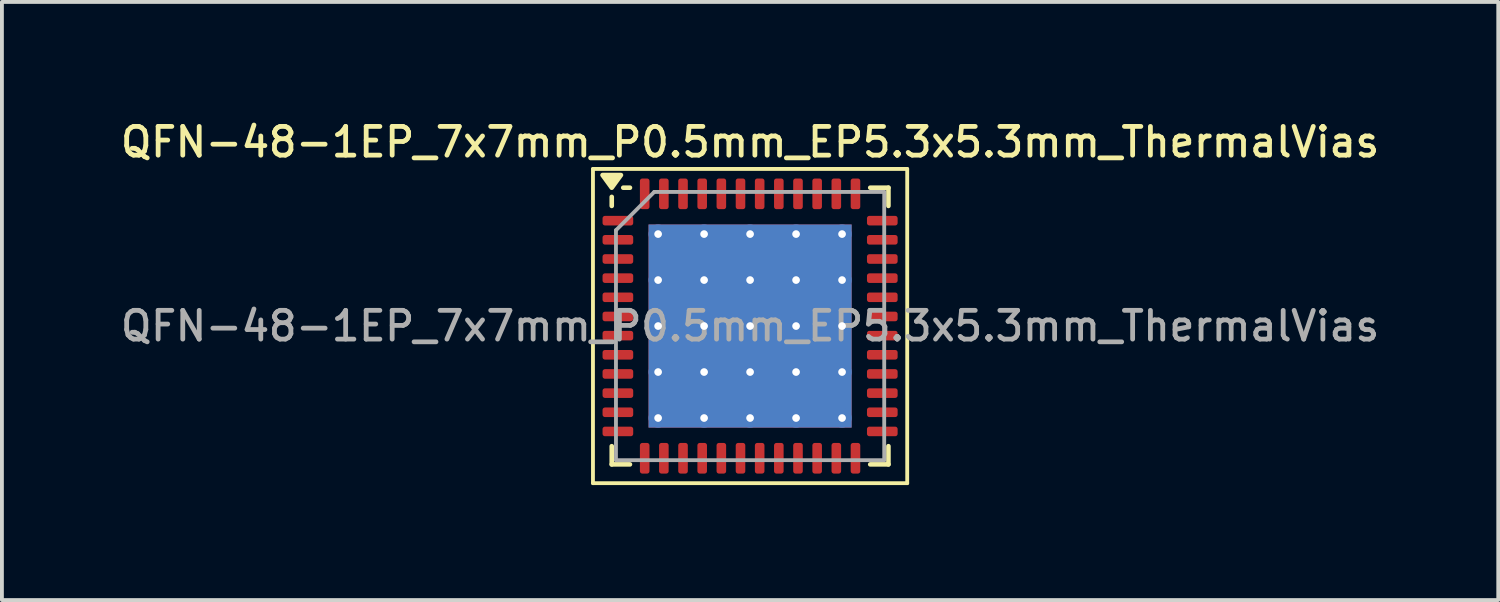
<source format=kicad_pcb>
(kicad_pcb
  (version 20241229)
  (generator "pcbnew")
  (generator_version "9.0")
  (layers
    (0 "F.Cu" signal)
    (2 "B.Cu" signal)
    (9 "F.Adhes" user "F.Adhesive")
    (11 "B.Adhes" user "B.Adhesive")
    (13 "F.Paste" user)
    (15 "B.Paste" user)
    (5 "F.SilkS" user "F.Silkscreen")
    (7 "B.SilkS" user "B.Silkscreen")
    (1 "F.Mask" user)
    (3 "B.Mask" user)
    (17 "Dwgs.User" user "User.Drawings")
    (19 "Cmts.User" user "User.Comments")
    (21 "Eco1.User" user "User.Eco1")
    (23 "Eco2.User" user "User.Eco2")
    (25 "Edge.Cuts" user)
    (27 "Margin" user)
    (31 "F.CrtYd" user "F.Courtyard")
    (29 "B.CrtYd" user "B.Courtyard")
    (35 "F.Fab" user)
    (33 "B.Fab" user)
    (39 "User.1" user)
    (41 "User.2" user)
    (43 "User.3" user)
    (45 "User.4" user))
  (footprint "QFN-48-1EP_7x7mm_P0.5mm_EP5.3x5.3mm_ThermalVias"
    (layer "F.Cu")
    (at 16.523 5.458)
    (property "Reference" "QFN-48-1EP_7x7mm_P0.5mm_EP5.3x5.3mm_ThermalVias" (at 0 -4.8 0) (layer "F.SilkS") (effects (font (size 0.75 0.75) (thickness 0.125))))
    (attr smd)
    (fp_line (start -4.1 -4.1) (end -4.1 4.1) (stroke (width 0.1) (type solid)) (layer "F.SilkS"))
    (fp_line (start -4.1 4.1) (end 4.1 4.1) (stroke (width 0.1) (type solid)) (layer "F.SilkS"))
    (fp_line (start -3.61 -3.135) (end -3.61 -3.37) (stroke (width 0.12) (type solid)) (layer "F.SilkS"))
    (fp_line (start -3.61 3.61) (end -3.61 3.135) (stroke (width 0.12) (type solid)) (layer "F.SilkS"))
    (fp_line (start -3.135 -3.61) (end -3.31 -3.61) (stroke (width 0.12) (type solid)) (layer "F.SilkS"))
    (fp_line (start -3.135 3.61) (end -3.61 3.61) (stroke (width 0.12) (type solid)) (layer "F.SilkS"))
    (fp_line (start 3.135 -3.61) (end 3.61 -3.61) (stroke (width 0.12) (type solid)) (layer "F.SilkS"))
    (fp_line (start 3.135 3.61) (end 3.61 3.61) (stroke (width 0.12) (type solid)) (layer "F.SilkS"))
    (fp_line (start 3.61 -3.61) (end 3.61 -3.135) (stroke (width 0.12) (type solid)) (layer "F.SilkS"))
    (fp_line (start 3.61 3.61) (end 3.61 3.135) (stroke (width 0.12) (type solid)) (layer "F.SilkS"))
    (fp_line (start 4.1 -4.1) (end -4.1 -4.1) (stroke (width 0.1) (type solid)) (layer "F.SilkS"))
    (fp_line (start 4.1 4.1) (end 4.1 -4.1) (stroke (width 0.1) (type solid)) (layer "F.SilkS"))
    (fp_poly (pts (xy -3.61 -3.61) (xy -3.85 -3.94) (xy -3.37 -3.94) (xy -3.61 -3.61)) (stroke (width 0.12) (type solid)) (fill yes) (layer "F.SilkS"))
    (fp_line (start -3.5 -2.5) (end -2.5 -3.5) (stroke (width 0.1) (type solid)) (layer "F.Fab"))
    (fp_line (start -3.5 3.5) (end -3.5 -2.5) (stroke (width 0.1) (type solid)) (layer "F.Fab"))
    (fp_line (start -2.5 -3.5) (end 3.5 -3.5) (stroke (width 0.1) (type solid)) (layer "F.Fab"))
    (fp_line (start 3.5 -3.5) (end 3.5 3.5) (stroke (width 0.1) (type solid)) (layer "F.Fab"))
    (fp_line (start 3.5 3.5) (end -3.5 3.5) (stroke (width 0.1) (type solid)) (layer "F.Fab"))
    (fp_text user "${REFERENCE}" (at 0 0 0) (layer "F.Fab") (effects (font (size 0.75 0.75) (thickness 0.125))))
    (pad "" smd roundrect (at -1.8 -1.8) (size 1.026 1.026) (layers "F.Paste") (roundrect_rratio 0.244))
    (pad "" smd roundrect (at -1.8 -0.6) (size 1.026 1.026) (layers "F.Paste") (roundrect_rratio 0.244))
    (pad "" smd roundrect (at -1.8 0.6) (size 1.026 1.026) (layers "F.Paste") (roundrect_rratio 0.244))
    (pad "" smd roundrect (at -1.8 1.8) (size 1.026 1.026) (layers "F.Paste") (roundrect_rratio 0.244))
    (pad "" smd roundrect (at -0.6 -1.8) (size 1.026 1.026) (layers "F.Paste") (roundrect_rratio 0.244))
    (pad "" smd roundrect (at -0.6 -0.6) (size 1.026 1.026) (layers "F.Paste") (roundrect_rratio 0.244))
    (pad "" smd roundrect (at -0.6 0.6) (size 1.026 1.026) (layers "F.Paste") (roundrect_rratio 0.244))
    (pad "" smd roundrect (at -0.6 1.8) (size 1.026 1.026) (layers "F.Paste") (roundrect_rratio 0.244))
    (pad "" smd roundrect (at 0.6 -1.8) (size 1.026 1.026) (layers "F.Paste") (roundrect_rratio 0.244))
    (pad "" smd roundrect (at 0.6 -0.6) (size 1.026 1.026) (layers "F.Paste") (roundrect_rratio 0.244))
    (pad "" smd roundrect (at 0.6 0.6) (size 1.026 1.026) (layers "F.Paste") (roundrect_rratio 0.244))
    (pad "" smd roundrect (at 0.6 1.8) (size 1.026 1.026) (layers "F.Paste") (roundrect_rratio 0.244))
    (pad "" smd roundrect (at 1.8 -1.8) (size 1.026 1.026) (layers "F.Paste") (roundrect_rratio 0.244))
    (pad "" smd roundrect (at 1.8 -0.6) (size 1.026 1.026) (layers "F.Paste") (roundrect_rratio 0.244))
    (pad "" smd roundrect (at 1.8 0.6) (size 1.026 1.026) (layers "F.Paste") (roundrect_rratio 0.244))
    (pad "" smd roundrect (at 1.8 1.8) (size 1.026 1.026) (layers "F.Paste") (roundrect_rratio 0.244))
    (pad "1" smd roundrect (at -3.45 -2.75) (size 0.8 0.25) (layers "F.Cu" "F.Mask" "F.Paste") (roundrect_rratio 0.25))
    (pad "2" smd roundrect (at -3.45 -2.25) (size 0.8 0.25) (layers "F.Cu" "F.Mask" "F.Paste") (roundrect_rratio 0.25))
    (pad "3" smd roundrect (at -3.45 -1.75) (size 0.8 0.25) (layers "F.Cu" "F.Mask" "F.Paste") (roundrect_rratio 0.25))
    (pad "4" smd roundrect (at -3.45 -1.25) (size 0.8 0.25) (layers "F.Cu" "F.Mask" "F.Paste") (roundrect_rratio 0.25))
    (pad "5" smd roundrect (at -3.45 -0.75) (size 0.8 0.25) (layers "F.Cu" "F.Mask" "F.Paste") (roundrect_rratio 0.25))
    (pad "6" smd roundrect (at -3.45 -0.25) (size 0.8 0.25) (layers "F.Cu" "F.Mask" "F.Paste") (roundrect_rratio 0.25))
    (pad "7" smd roundrect (at -3.45 0.25) (size 0.8 0.25) (layers "F.Cu" "F.Mask" "F.Paste") (roundrect_rratio 0.25))
    (pad "8" smd roundrect (at -3.45 0.75) (size 0.8 0.25) (layers "F.Cu" "F.Mask" "F.Paste") (roundrect_rratio 0.25))
    (pad "9" smd roundrect (at -3.45 1.25) (size 0.8 0.25) (layers "F.Cu" "F.Mask" "F.Paste") (roundrect_rratio 0.25))
    (pad "10" smd roundrect (at -3.45 1.75) (size 0.8 0.25) (layers "F.Cu" "F.Mask" "F.Paste") (roundrect_rratio 0.25))
    (pad "11" smd roundrect (at -3.45 2.25) (size 0.8 0.25) (layers "F.Cu" "F.Mask" "F.Paste") (roundrect_rratio 0.25))
    (pad "12" smd roundrect (at -3.45 2.75) (size 0.8 0.25) (layers "F.Cu" "F.Mask" "F.Paste") (roundrect_rratio 0.25))
    (pad "13" smd roundrect (at -2.75 3.45) (size 0.25 0.8) (layers "F.Cu" "F.Mask" "F.Paste") (roundrect_rratio 0.25))
    (pad "14" smd roundrect (at -2.25 3.45) (size 0.25 0.8) (layers "F.Cu" "F.Mask" "F.Paste") (roundrect_rratio 0.25))
    (pad "15" smd roundrect (at -1.75 3.45) (size 0.25 0.8) (layers "F.Cu" "F.Mask" "F.Paste") (roundrect_rratio 0.25))
    (pad "16" smd roundrect (at -1.25 3.45) (size 0.25 0.8) (layers "F.Cu" "F.Mask" "F.Paste") (roundrect_rratio 0.25))
    (pad "17" smd roundrect (at -0.75 3.45) (size 0.25 0.8) (layers "F.Cu" "F.Mask" "F.Paste") (roundrect_rratio 0.25))
    (pad "18" smd roundrect (at -0.25 3.45) (size 0.25 0.8) (layers "F.Cu" "F.Mask" "F.Paste") (roundrect_rratio 0.25))
    (pad "19" smd roundrect (at 0.25 3.45) (size 0.25 0.8) (layers "F.Cu" "F.Mask" "F.Paste") (roundrect_rratio 0.25))
    (pad "20" smd roundrect (at 0.75 3.45) (size 0.25 0.8) (layers "F.Cu" "F.Mask" "F.Paste") (roundrect_rratio 0.25))
    (pad "21" smd roundrect (at 1.25 3.45) (size 0.25 0.8) (layers "F.Cu" "F.Mask" "F.Paste") (roundrect_rratio 0.25))
    (pad "22" smd roundrect (at 1.75 3.45) (size 0.25 0.8) (layers "F.Cu" "F.Mask" "F.Paste") (roundrect_rratio 0.25))
    (pad "23" smd roundrect (at 2.25 3.45) (size 0.25 0.8) (layers "F.Cu" "F.Mask" "F.Paste") (roundrect_rratio 0.25))
    (pad "24" smd roundrect (at 2.75 3.45) (size 0.25 0.8) (layers "F.Cu" "F.Mask" "F.Paste") (roundrect_rratio 0.25))
    (pad "25" smd roundrect (at 3.45 2.75) (size 0.8 0.25) (layers "F.Cu" "F.Mask" "F.Paste") (roundrect_rratio 0.25))
    (pad "26" smd roundrect (at 3.45 2.25) (size 0.8 0.25) (layers "F.Cu" "F.Mask" "F.Paste") (roundrect_rratio 0.25))
    (pad "27" smd roundrect (at 3.45 1.75) (size 0.8 0.25) (layers "F.Cu" "F.Mask" "F.Paste") (roundrect_rratio 0.25))
    (pad "28" smd roundrect (at 3.45 1.25) (size 0.8 0.25) (layers "F.Cu" "F.Mask" "F.Paste") (roundrect_rratio 0.25))
    (pad "29" smd roundrect (at 3.45 0.75) (size 0.8 0.25) (layers "F.Cu" "F.Mask" "F.Paste") (roundrect_rratio 0.25))
    (pad "30" smd roundrect (at 3.45 0.25) (size 0.8 0.25) (layers "F.Cu" "F.Mask" "F.Paste") (roundrect_rratio 0.25))
    (pad "31" smd roundrect (at 3.45 -0.25) (size 0.8 0.25) (layers "F.Cu" "F.Mask" "F.Paste") (roundrect_rratio 0.25))
    (pad "32" smd roundrect (at 3.45 -0.75) (size 0.8 0.25) (layers "F.Cu" "F.Mask" "F.Paste") (roundrect_rratio 0.25))
    (pad "33" smd roundrect (at 3.45 -1.25) (size 0.8 0.25) (layers "F.Cu" "F.Mask" "F.Paste") (roundrect_rratio 0.25))
    (pad "34" smd roundrect (at 3.45 -1.75) (size 0.8 0.25) (layers "F.Cu" "F.Mask" "F.Paste") (roundrect_rratio 0.25))
    (pad "35" smd roundrect (at 3.45 -2.25) (size 0.8 0.25) (layers "F.Cu" "F.Mask" "F.Paste") (roundrect_rratio 0.25))
    (pad "36" smd roundrect (at 3.45 -2.75) (size 0.8 0.25) (layers "F.Cu" "F.Mask" "F.Paste") (roundrect_rratio 0.25))
    (pad "37" smd roundrect (at 2.75 -3.45) (size 0.25 0.8) (layers "F.Cu" "F.Mask" "F.Paste") (roundrect_rratio 0.25))
    (pad "38" smd roundrect (at 2.25 -3.45) (size 0.25 0.8) (layers "F.Cu" "F.Mask" "F.Paste") (roundrect_rratio 0.25))
    (pad "39" smd roundrect (at 1.75 -3.45) (size 0.25 0.8) (layers "F.Cu" "F.Mask" "F.Paste") (roundrect_rratio 0.25))
    (pad "40" smd roundrect (at 1.25 -3.45) (size 0.25 0.8) (layers "F.Cu" "F.Mask" "F.Paste") (roundrect_rratio 0.25))
    (pad "41" smd roundrect (at 0.75 -3.45) (size 0.25 0.8) (layers "F.Cu" "F.Mask" "F.Paste") (roundrect_rratio 0.25))
    (pad "42" smd roundrect (at 0.25 -3.45) (size 0.25 0.8) (layers "F.Cu" "F.Mask" "F.Paste") (roundrect_rratio 0.25))
    (pad "43" smd roundrect (at -0.25 -3.45) (size 0.25 0.8) (layers "F.Cu" "F.Mask" "F.Paste") (roundrect_rratio 0.25))
    (pad "44" smd roundrect (at -0.75 -3.45) (size 0.25 0.8) (layers "F.Cu" "F.Mask" "F.Paste") (roundrect_rratio 0.25))
    (pad "45" smd roundrect (at -1.25 -3.45) (size 0.25 0.8) (layers "F.Cu" "F.Mask" "F.Paste") (roundrect_rratio 0.25))
    (pad "46" smd roundrect (at -1.75 -3.45) (size 0.25 0.8) (layers "F.Cu" "F.Mask" "F.Paste") (roundrect_rratio 0.25))
    (pad "47" smd roundrect (at -2.25 -3.45) (size 0.25 0.8) (layers "F.Cu" "F.Mask" "F.Paste") (roundrect_rratio 0.25))
    (pad "48" smd roundrect (at -2.75 -3.45) (size 0.25 0.8) (layers "F.Cu" "F.Mask" "F.Paste") (roundrect_rratio 0.25))
    (pad "49" thru_hole circle (at -2.4 -2.4) (size 0.5 0.5) (drill 0.2) (property pad_prop_heatsink) (layers "*.Cu"))
    (pad "49" thru_hole circle (at -2.4 -1.2) (size 0.5 0.5) (drill 0.2) (property pad_prop_heatsink) (layers "*.Cu"))
    (pad "49" thru_hole circle (at -2.4 0) (size 0.5 0.5) (drill 0.2) (property pad_prop_heatsink) (layers "*.Cu"))
    (pad "49" thru_hole circle (at -2.4 1.2) (size 0.5 0.5) (drill 0.2) (property pad_prop_heatsink) (layers "*.Cu"))
    (pad "49" thru_hole circle (at -2.4 2.4) (size 0.5 0.5) (drill 0.2) (property pad_prop_heatsink) (layers "*.Cu"))
    (pad "49" thru_hole circle (at -1.2 -2.4) (size 0.5 0.5) (drill 0.2) (property pad_prop_heatsink) (layers "*.Cu"))
    (pad "49" thru_hole circle (at -1.2 -1.2) (size 0.5 0.5) (drill 0.2) (property pad_prop_heatsink) (layers "*.Cu"))
    (pad "49" thru_hole circle (at -1.2 0) (size 0.5 0.5) (drill 0.2) (property pad_prop_heatsink) (layers "*.Cu"))
    (pad "49" thru_hole circle (at -1.2 1.2) (size 0.5 0.5) (drill 0.2) (property pad_prop_heatsink) (layers "*.Cu"))
    (pad "49" thru_hole circle (at -1.2 2.4) (size 0.5 0.5) (drill 0.2) (property pad_prop_heatsink) (layers "*.Cu"))
    (pad "49" thru_hole circle (at 0 -2.4) (size 0.5 0.5) (drill 0.2) (property pad_prop_heatsink) (layers "*.Cu"))
    (pad "49" thru_hole circle (at 0 -1.2) (size 0.5 0.5) (drill 0.2) (property pad_prop_heatsink) (layers "*.Cu"))
    (pad "49" thru_hole circle (at 0 0) (size 0.5 0.5) (drill 0.2) (property pad_prop_heatsink) (layers "*.Cu"))
    (pad "49" smd rect (at 0 0) (size 5.3 5.3) (property pad_prop_heatsink) (layers "F.Cu" "F.Mask"))
    (pad "49" smd rect (at 0 0) (size 5.3 5.3) (property pad_prop_heatsink) (layers "B.Cu"))
    (pad "49" thru_hole circle (at 0 1.2) (size 0.5 0.5) (drill 0.2) (property pad_prop_heatsink) (layers "*.Cu"))
    (pad "49" thru_hole circle (at 0 2.4) (size 0.5 0.5) (drill 0.2) (property pad_prop_heatsink) (layers "*.Cu"))
    (pad "49" thru_hole circle (at 1.2 -2.4) (size 0.5 0.5) (drill 0.2) (property pad_prop_heatsink) (layers "*.Cu"))
    (pad "49" thru_hole circle (at 1.2 -1.2) (size 0.5 0.5) (drill 0.2) (property pad_prop_heatsink) (layers "*.Cu"))
    (pad "49" thru_hole circle (at 1.2 0) (size 0.5 0.5) (drill 0.2) (property pad_prop_heatsink) (layers "*.Cu"))
    (pad "49" thru_hole circle (at 1.2 1.2) (size 0.5 0.5) (drill 0.2) (property pad_prop_heatsink) (layers "*.Cu"))
    (pad "49" thru_hole circle (at 1.2 2.4) (size 0.5 0.5) (drill 0.2) (property pad_prop_heatsink) (layers "*.Cu"))
    (pad "49" thru_hole circle (at 2.4 -2.4) (size 0.5 0.5) (drill 0.2) (property pad_prop_heatsink) (layers "*.Cu"))
    (pad "49" thru_hole circle (at 2.4 -1.2) (size 0.5 0.5) (drill 0.2) (property pad_prop_heatsink) (layers "*.Cu"))
    (pad "49" thru_hole circle (at 2.4 0) (size 0.5 0.5) (drill 0.2) (property pad_prop_heatsink) (layers "*.Cu"))
    (pad "49" thru_hole circle (at 2.4 1.2) (size 0.5 0.5) (drill 0.2) (property pad_prop_heatsink) (layers "*.Cu"))
    (pad "49" thru_hole circle (at 2.4 2.4) (size 0.5 0.5) (drill 0.2) (property pad_prop_heatsink) (layers "*.Cu")))
  (gr_rect
    (start -3 -3)
    (end 36.046 12.608)
    (stroke (width 0.1) (type default))
    (fill no)
    (layer "Edge.Cuts")))
</source>
